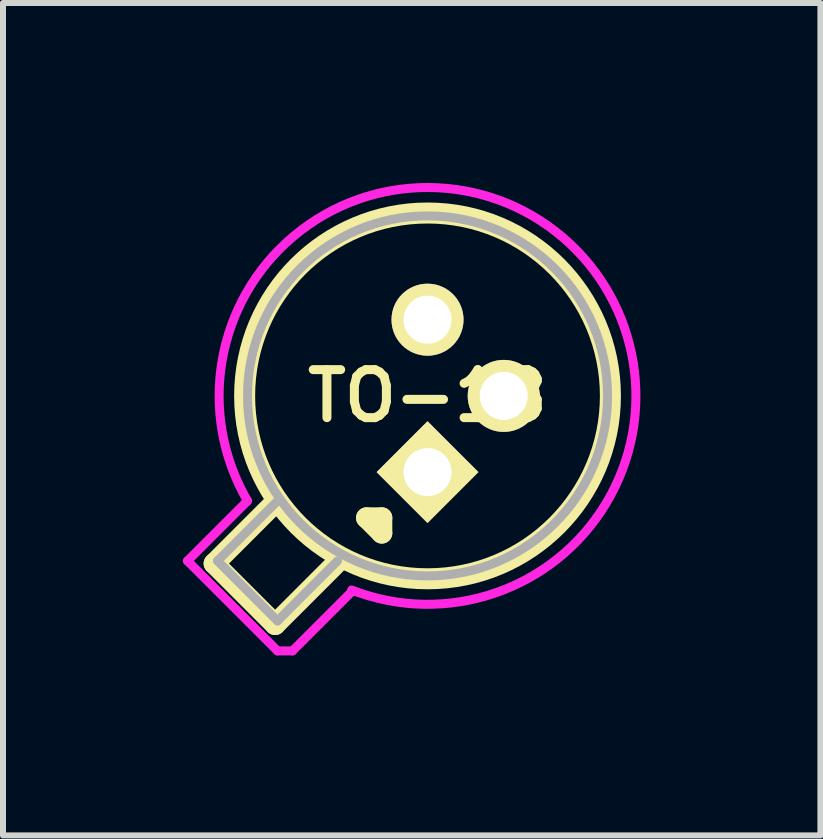
<source format=kicad_pcb>
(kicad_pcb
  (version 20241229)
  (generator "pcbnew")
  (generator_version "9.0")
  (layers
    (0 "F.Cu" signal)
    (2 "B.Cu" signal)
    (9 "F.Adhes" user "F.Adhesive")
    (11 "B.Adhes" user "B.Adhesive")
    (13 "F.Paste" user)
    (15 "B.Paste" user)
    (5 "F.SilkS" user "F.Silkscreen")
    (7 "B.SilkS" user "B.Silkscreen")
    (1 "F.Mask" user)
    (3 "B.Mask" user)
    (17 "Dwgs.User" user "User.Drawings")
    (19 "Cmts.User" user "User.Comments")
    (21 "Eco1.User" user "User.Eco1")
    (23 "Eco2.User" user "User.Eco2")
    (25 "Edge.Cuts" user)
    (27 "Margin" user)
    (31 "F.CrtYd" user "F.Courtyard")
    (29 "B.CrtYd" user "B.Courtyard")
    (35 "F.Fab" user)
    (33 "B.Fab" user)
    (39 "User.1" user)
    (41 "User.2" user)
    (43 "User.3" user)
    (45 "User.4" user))
  (footprint "TO-18"
    (layer "F.Cu")
    (at 4.075 3.548)
    (property "Reference" "TO-18" (at 0 0 0) (layer "F.SilkS") (effects (font (size 0.8 0.8) (thickness 0.15))))
    (attr through_hole)
    (fp_line (start -3.556 2.794) (end -2.54 3.81) (stroke (width 0.35) (type solid)) (layer "F.SilkS"))
    (fp_line (start -2.54 1.778) (end -3.556 2.794) (stroke (width 0.35) (type solid)) (layer "F.SilkS"))
    (fp_line (start -2.54 3.81) (end -1.524 2.794) (stroke (width 0.35) (type solid)) (layer "F.SilkS"))
    (fp_line (start -1.016 2.032) (end -0.762 2.286) (stroke (width 0.35) (type solid)) (layer "F.SilkS"))
    (fp_line (start -0.762 2.032) (end -1.016 2.032) (stroke (width 0.35) (type solid)) (layer "F.SilkS"))
    (fp_line (start -0.762 2.286) (end -0.762 2.032) (stroke (width 0.35) (type solid)) (layer "F.SilkS"))
    (fp_circle (center 0 0) (end 3.048 0) (stroke (width 0.35) (type solid)) (fill no) (layer "F.SilkS"))
    (fp_line (start -4 2.75) (end -2.5 4.25) (stroke (width 0.15) (type solid)) (layer "F.CrtYd"))
    (fp_line (start -3 1.75) (end -4 2.75) (stroke (width 0.15) (type solid)) (layer "F.CrtYd"))
    (fp_line (start -2.5 4.25) (end -2.25 4.25) (stroke (width 0.15) (type solid)) (layer "F.CrtYd"))
    (fp_line (start -2.25 4.25) (end -1.25 3.25) (stroke (width 0.15) (type solid)) (layer "F.CrtYd"))
    (fp_arc (start -3 1.75) (mid 2.257613 -2.639259) (end -1.264072 3.234907) (stroke (width 0.15) (type solid)) (layer "F.CrtYd"))
    (fp_line (start -3.5 2.75) (end -2.5 3.75) (stroke (width 0.15) (type solid)) (layer "F.Fab"))
    (fp_line (start -2.5 1.75) (end -3.5 2.75) (stroke (width 0.15) (type solid)) (layer "F.Fab"))
    (fp_line (start -2.5 3.75) (end -1.5 2.75) (stroke (width 0.15) (type solid)) (layer "F.Fab"))
    (fp_circle (center 0 0) (end 3 0) (stroke (width 0.15) (type solid)) (fill no) (layer "F.Fab"))
    (pad "1" thru_hole rect (at 0 1.27 45) (size 1.2 1.2) (drill 0.8) (layers "*.Cu" "*.Mask" "F.SilkS"))
    (pad "2" thru_hole circle (at 1.27 0) (size 1.2 1.2) (drill 0.8) (layers "*.Cu" "*.Mask" "F.SilkS"))
    (pad "3" thru_hole circle (at 0 -1.27) (size 1.2 1.2) (drill 0.8) (layers "*.Cu" "*.Mask" "F.SilkS")))
  (gr_rect
    (start -3 -3)
    (end 10.623 10.873)
    (stroke (width 0.1) (type default))
    (fill no)
    (layer "Edge.Cuts")))
</source>
